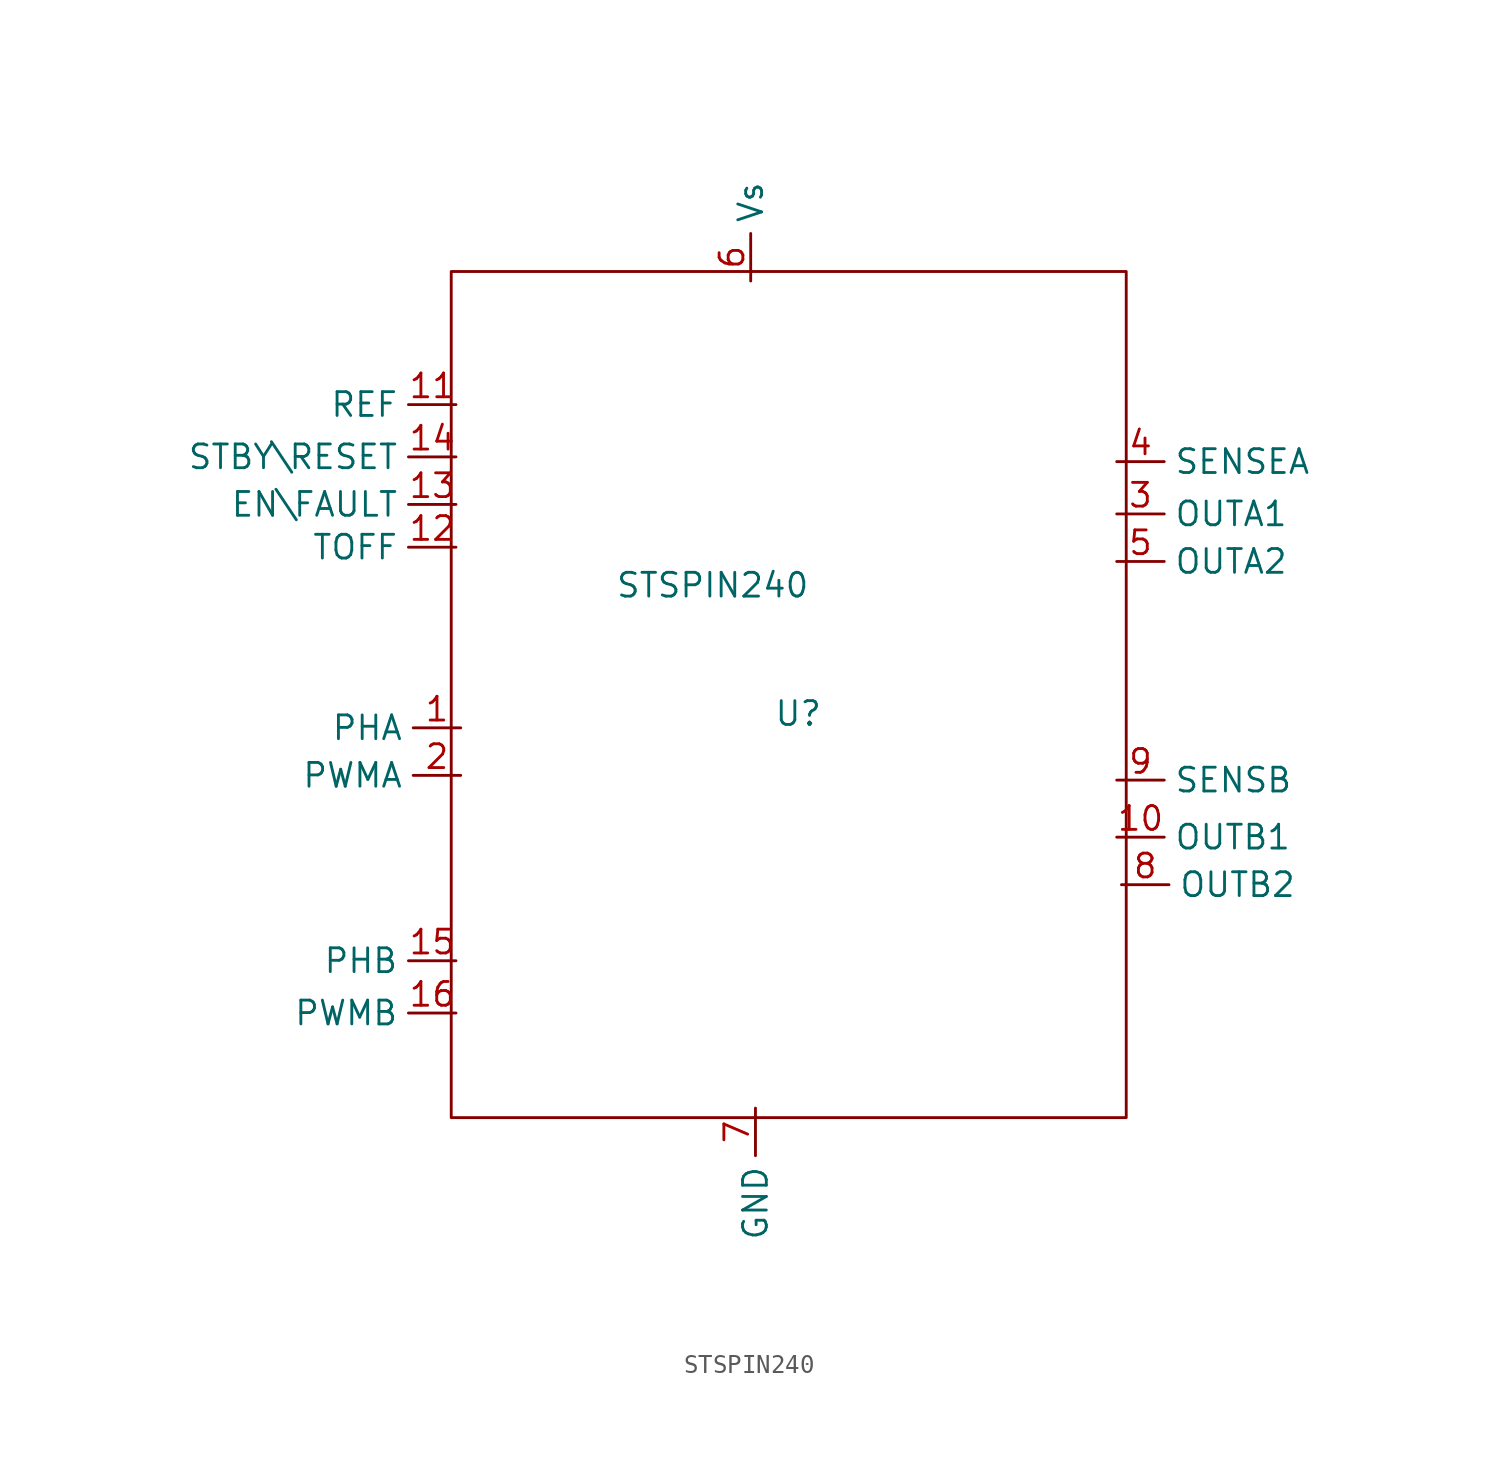
<source format=kicad_sym>
(kicad_symbol_lib
  (version 20220914)
  (generator kicad_symbol_editor)
  (symbol "STSPIN240"
    (property "Reference" "U"
      (at 0 0 0)
      (effects (font (size 1.27 1.27))))
    (property "Value" "STSPIN240"
      (at -4.572 6.858 0)
      (effects (font (size 1.27 1.27))))
    (symbol "STSPIN240_1_1"
      (rectangle (start -18.542 23.622) (end 17.526 -21.59) (stroke (width 0) (type default)) (fill (type none)))
      (pin input line (at -18.034 -0.762 180) (length 2.54) (name "PHA" (effects (font (size 1.27 1.27)))) (number "1" (effects (font (size 1.27 1.27)))))
      (pin power_out line (at 17.018 -6.604 0) (length 2.54) (name "OUTB1" (effects (font (size 1.27 1.27)))) (number "10" (effects (font (size 1.27 1.27)))))
      (pin input line (at -18.288 16.51 180) (length 2.54) (name "REF" (effects (font (size 1.27 1.27)))) (number "11" (effects (font (size 1.27 1.27)))))
      (pin input line (at -18.288 8.89 180) (length 2.54) (name "TOFF" (effects (font (size 1.27 1.27)))) (number "12" (effects (font (size 1.27 1.27)))))
      (pin input line (at -18.288 11.176 180) (length 2.54) (name "EN\\FAULT" (effects (font (size 1.27 1.27)))) (number "13" (effects (font (size 1.27 1.27)))))
      (pin input line (at -18.288 13.716 180) (length 2.54) (name "STBY\\RESET" (effects (font (size 1.27 1.27)))) (number "14" (effects (font (size 1.27 1.27)))))
      (pin input line (at -18.288 -13.208 180) (length 2.54) (name "PHB" (effects (font (size 1.27 1.27)))) (number "15" (effects (font (size 1.27 1.27)))))
      (pin input line (at -18.288 -16.002 180) (length 2.54) (name "PWMB" (effects (font (size 1.27 1.27)))) (number "16" (effects (font (size 1.27 1.27)))))
      (pin input line (at -18.034 -3.302 180) (length 2.54) (name "PWMA" (effects (font (size 1.27 1.27)))) (number "2" (effects (font (size 1.27 1.27)))))
      (pin power_out line (at 17.018 10.668 0) (length 2.54) (name "OUTA1" (effects (font (size 1.27 1.27)))) (number "3" (effects (font (size 1.27 1.27)))))
      (pin power_out line (at 17.018 13.462 0) (length 2.54) (name "SENSEA" (effects (font (size 1.27 1.27)))) (number "4" (effects (font (size 1.27 1.27)))))
      (pin power_out line (at 17.018 8.128 0) (length 2.54) (name "OUTA2" (effects (font (size 1.27 1.27)))) (number "5" (effects (font (size 1.27 1.27)))))
      (pin power_in line (at -2.54 23.114 90) (length 2.54) (name "Vs" (effects (font (size 1.27 1.27)))) (number "6" (effects (font (size 1.27 1.27)))))
      (pin power_in line (at -2.286 -21.082 270) (length 2.54) (name "GND" (effects (font (size 1.27 1.27)))) (number "7" (effects (font (size 1.27 1.27)))))
      (pin power_out line (at 17.272 -9.144 0) (length 2.54) (name "OUTB2" (effects (font (size 1.27 1.27)))) (number "8" (effects (font (size 1.27 1.27)))))
      (pin power_out line (at 17.018 -3.556 0) (length 2.54) (name "SENSB" (effects (font (size 1.27 1.27)))) (number "9" (effects (font (size 1.27 1.27))))))))
</source>
